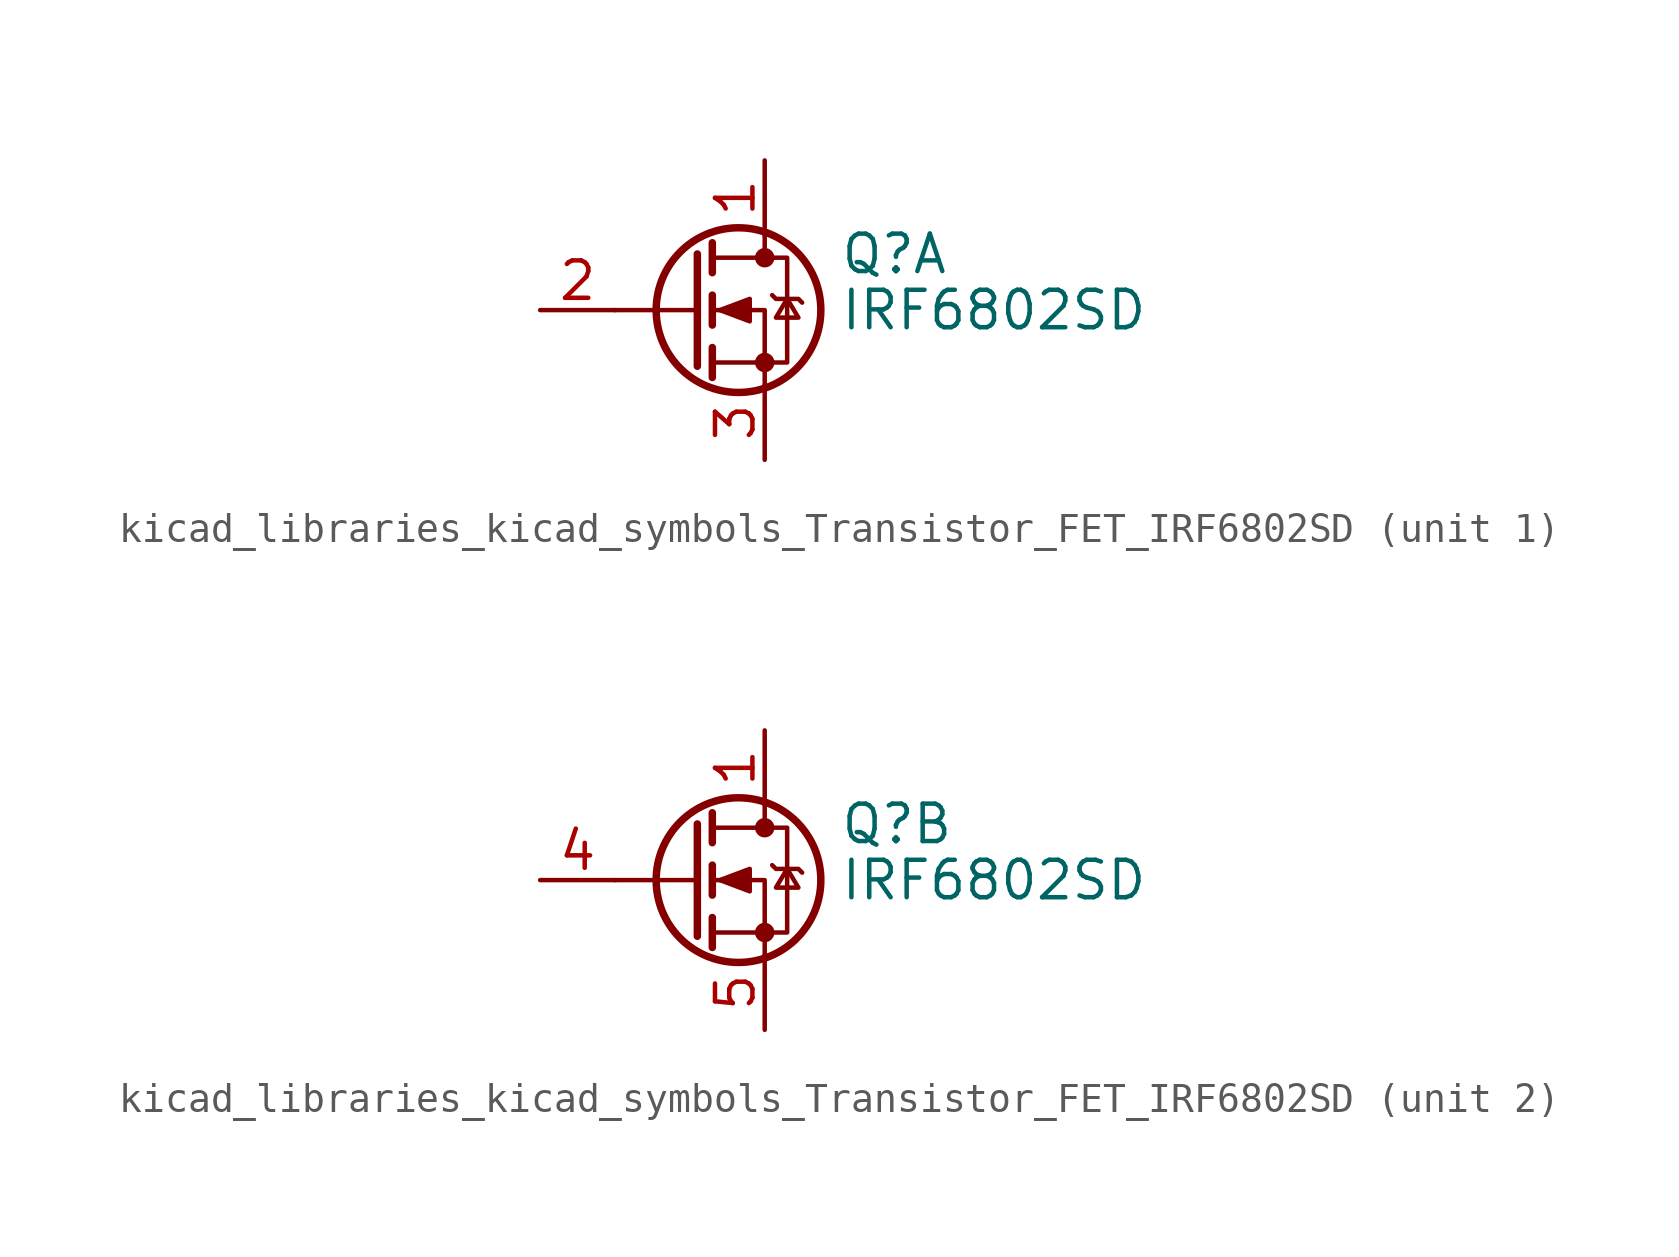
<source format=kicad_sym>
(kicad_symbol_lib
  (version 20220914)
  (generator kicad_symbol_editor)
  (symbol "kicad_libraries_kicad_symbols_Transistor_FET_IRF6802SD"
    (pin_names hide)
    (property "Reference" "Q"
      (at 5.08 1.905 0)
      (effects (font (size 1.27 1.27)) (justify left)))
    (property "Value" "IRF6802SD"
      (at 5.08 0 0)
      (effects (font (size 1.27 1.27)) (justify left)))
    (symbol "kicad_libraries_kicad_symbols_Transistor_FET_IRF6802SD_0_1"
      (polyline (pts (xy 0.254 0) (xy -2.54 0)) (stroke (width 0) (type default)) (fill (type none)))
      (polyline (pts (xy 0.254 1.905) (xy 0.254 -1.905)) (stroke (width 0.254) (type default)) (fill (type none)))
      (polyline (pts (xy 0.762 -1.27) (xy 0.762 -2.286)) (stroke (width 0.254) (type default)) (fill (type none)))
      (polyline (pts (xy 0.762 0.508) (xy 0.762 -0.508)) (stroke (width 0.254) (type default)) (fill (type none)))
      (polyline (pts (xy 0.762 2.286) (xy 0.762 1.27)) (stroke (width 0.254) (type default)) (fill (type none)))
      (polyline (pts (xy 2.54 2.54) (xy 2.54 1.778)) (stroke (width 0) (type default)) (fill (type none)))
      (polyline (pts (xy 2.54 -2.54) (xy 2.54 0) (xy 0.762 0)) (stroke (width 0) (type default)) (fill (type none)))
      (polyline (pts (xy 0.762 -1.778) (xy 3.302 -1.778) (xy 3.302 1.778) (xy 0.762 1.778)) (stroke (width 0) (type default)) (fill (type none)))
      (polyline (pts (xy 1.016 0) (xy 2.032 0.381) (xy 2.032 -0.381) (xy 1.016 0)) (stroke (width 0) (type default)) (fill (type outline)))
      (polyline (pts (xy 2.794 0.508) (xy 2.921 0.381) (xy 3.683 0.381) (xy 3.81 0.254)) (stroke (width 0) (type default)) (fill (type none)))
      (polyline (pts (xy 3.302 0.381) (xy 2.921 -0.254) (xy 3.683 -0.254) (xy 3.302 0.381)) (stroke (width 0) (type default)) (fill (type none)))
      (circle (center 1.651 0) (radius 2.794) (stroke (width 0.254) (type default)) (fill (type none)))
      (circle (center 2.54 -1.778) (radius 0.254) (stroke (width 0) (type default)) (fill (type outline)))
      (circle (center 2.54 1.778) (radius 0.254) (stroke (width 0) (type default)) (fill (type outline))))
    (symbol "kicad_libraries_kicad_symbols_Transistor_FET_IRF6802SD_1_1"
      (pin passive line (at 2.54 5.08 270) (length 2.54) (name "D" (effects (font (size 1.27 1.27)))) (number "1" (effects (font (size 1.27 1.27)))))
      (pin input line (at -5.08 0 0) (length 2.54) (name "G1" (effects (font (size 1.27 1.27)))) (number "2" (effects (font (size 1.27 1.27)))))
      (pin passive line (at 2.54 -5.08 90) (length 2.54) (name "S1" (effects (font (size 1.27 1.27)))) (number "3" (effects (font (size 1.27 1.27))))))
    (symbol "kicad_libraries_kicad_symbols_Transistor_FET_IRF6802SD_2_1"
      (pin passive line (at 2.54 5.08 270) (length 2.54) (name "D" (effects (font (size 1.27 1.27)))) (number "1" (effects (font (size 1.27 1.27)))))
      (pin input line (at -5.08 0 0) (length 2.54) (name "G2" (effects (font (size 1.27 1.27)))) (number "4" (effects (font (size 1.27 1.27)))))
      (pin passive line (at 2.54 -5.08 90) (length 2.54) (name "S2" (effects (font (size 1.27 1.27)))) (number "5" (effects (font (size 1.27 1.27))))))))
</source>
